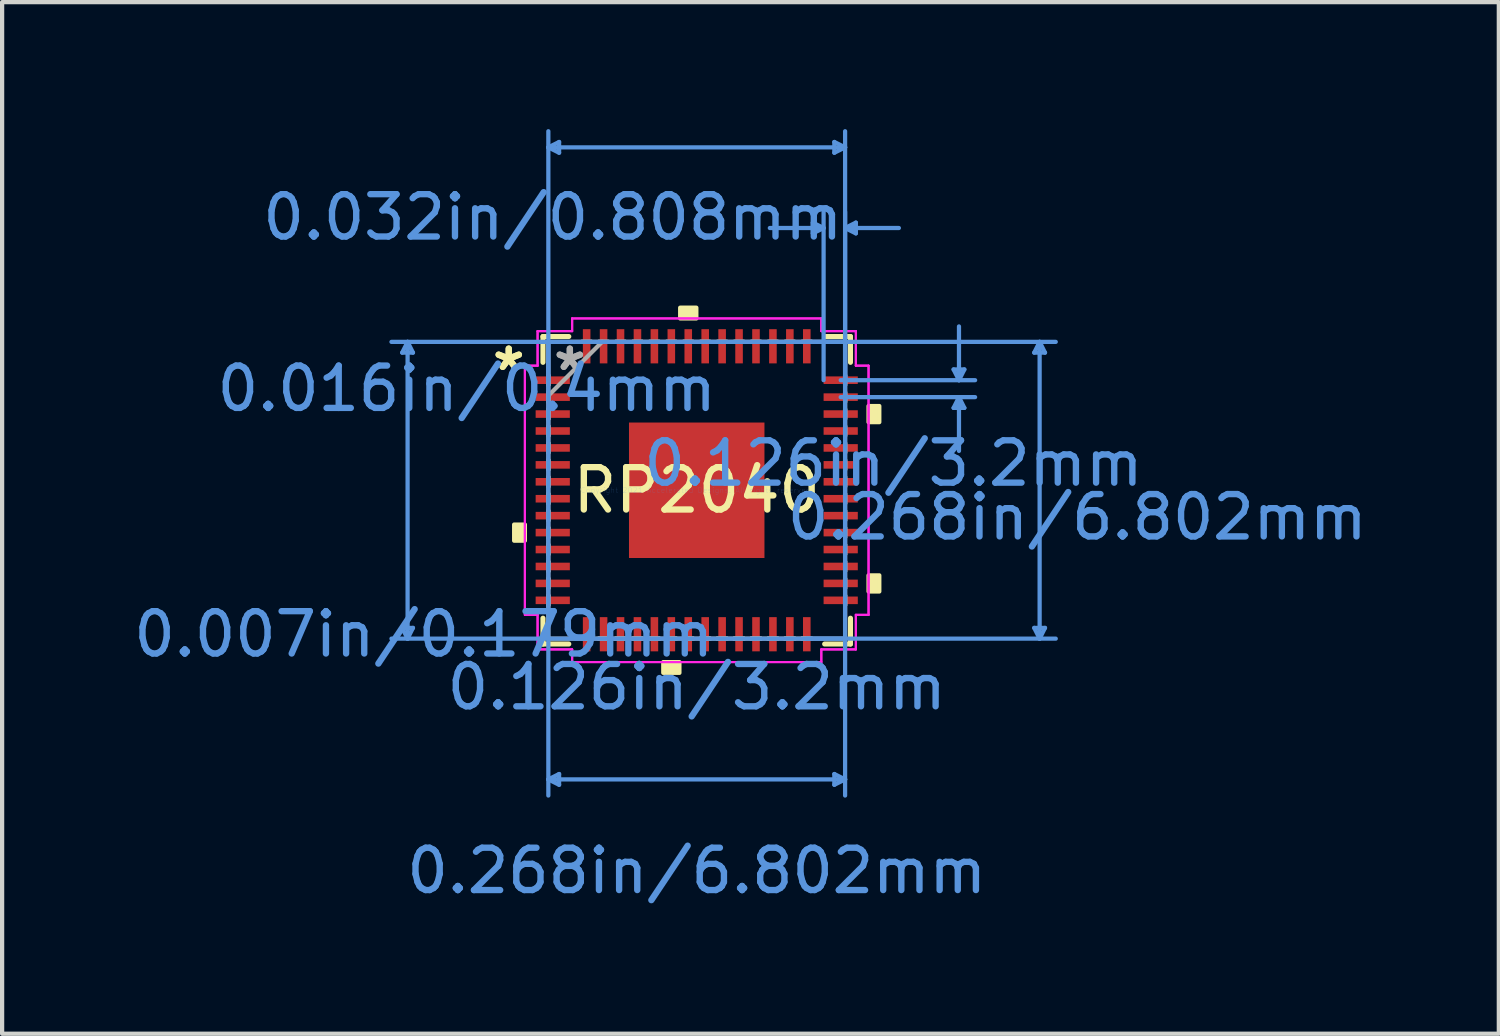
<source format=kicad_pcb>
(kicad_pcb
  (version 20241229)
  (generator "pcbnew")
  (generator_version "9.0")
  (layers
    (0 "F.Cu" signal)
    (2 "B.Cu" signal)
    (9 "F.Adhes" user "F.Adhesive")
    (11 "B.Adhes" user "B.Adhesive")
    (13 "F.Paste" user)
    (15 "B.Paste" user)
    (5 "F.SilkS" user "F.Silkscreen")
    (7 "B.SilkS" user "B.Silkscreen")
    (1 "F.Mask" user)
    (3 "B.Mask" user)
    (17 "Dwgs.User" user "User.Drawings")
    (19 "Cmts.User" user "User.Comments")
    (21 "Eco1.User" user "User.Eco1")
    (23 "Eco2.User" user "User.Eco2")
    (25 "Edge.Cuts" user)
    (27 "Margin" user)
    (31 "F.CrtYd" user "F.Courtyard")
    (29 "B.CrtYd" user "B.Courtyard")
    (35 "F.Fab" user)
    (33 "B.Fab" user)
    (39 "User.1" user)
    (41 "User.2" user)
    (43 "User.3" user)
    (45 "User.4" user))
  (footprint "RP2040"
    (layer "F.Cu")
    (at 13.408 8.531)
    (property "Reference" "RP2040" (at 0 0 0) (layer "F.SilkS") (effects (font (size 1 1) (thickness 0.15))))
    (attr through_hole)
    (fp_line (start -3.632 -3.632) (end -3.632 -3.022) (stroke (width 0.12) (type solid)) (layer "F.SilkS"))
    (fp_line (start -3.632 3.022) (end -3.632 3.632) (stroke (width 0.12) (type solid)) (layer "F.SilkS"))
    (fp_line (start -3.632 3.632) (end -3.022 3.632) (stroke (width 0.12) (type solid)) (layer "F.SilkS"))
    (fp_line (start -3.022 -3.632) (end -3.632 -3.632) (stroke (width 0.12) (type solid)) (layer "F.SilkS"))
    (fp_line (start 3.022 3.632) (end 3.632 3.632) (stroke (width 0.12) (type solid)) (layer "F.SilkS"))
    (fp_line (start 3.632 -3.632) (end 3.022 -3.632) (stroke (width 0.12) (type solid)) (layer "F.SilkS"))
    (fp_line (start 3.632 -3.022) (end 3.632 -3.632) (stroke (width 0.12) (type solid)) (layer "F.SilkS"))
    (fp_line (start 3.632 3.632) (end 3.632 3.022) (stroke (width 0.12) (type solid)) (layer "F.SilkS"))
    (fp_poly (pts (xy -4.313 0.81) (xy -4.313 1.191) (xy -4.059 1.191) (xy -4.059 0.81)) (stroke (width 0.1) (type solid)) (fill yes) (layer "F.SilkS"))
    (fp_poly (pts (xy -0.79 4.059) (xy -0.79 4.313) (xy -0.409 4.313) (xy -0.409 4.059)) (stroke (width 0.1) (type solid)) (fill yes) (layer "F.SilkS"))
    (fp_poly (pts (xy -0.391 -4.059) (xy -0.391 -4.313) (xy -0.009 -4.313) (xy -0.009 -4.059)) (stroke (width 0.1) (type solid)) (fill yes) (layer "F.SilkS"))
    (fp_poly (pts (xy 4.313 -1.99) (xy 4.313 -1.609) (xy 4.059 -1.609) (xy 4.059 -1.99)) (stroke (width 0.1) (type solid)) (fill yes) (layer "F.SilkS"))
    (fp_poly (pts (xy 4.313 2.01) (xy 4.313 2.391) (xy 4.059 2.391) (xy 4.059 2.01)) (stroke (width 0.1) (type solid)) (fill yes) (layer "F.SilkS"))
    (fp_poly (pts (xy -1.5 -1.5) (xy -1.5 -0.1) (xy -0.1 -0.1) (xy -0.1 -1.5)) (stroke (width 0.1) (type solid)) (fill yes) (layer "F.Paste"))
    (fp_poly (pts (xy -1.5 0.1) (xy -1.5 1.5) (xy -0.1 1.5) (xy -0.1 0.1)) (stroke (width 0.1) (type solid)) (fill yes) (layer "F.Paste"))
    (fp_poly (pts (xy 0.1 -1.5) (xy 0.1 -0.1) (xy 1.5 -0.1) (xy 1.5 -1.5)) (stroke (width 0.1) (type solid)) (fill yes) (layer "F.Paste"))
    (fp_poly (pts (xy 0.1 0.1) (xy 0.1 1.5) (xy 1.5 1.5) (xy 1.5 0.1)) (stroke (width 0.1) (type solid)) (fill yes) (layer "F.Paste"))
    (fp_line (start -6.957 -3.251) (end -6.703 -3.251) (stroke (width 0.1) (type solid)) (layer "Cmts.User"))
    (fp_line (start -6.957 3.251) (end -6.703 3.251) (stroke (width 0.1) (type solid)) (layer "Cmts.User"))
    (fp_line (start -6.83 -3.505) (end -6.957 -3.251) (stroke (width 0.1) (type solid)) (layer "Cmts.User"))
    (fp_line (start -6.83 -3.505) (end -6.83 3.505) (stroke (width 0.1) (type solid)) (layer "Cmts.User"))
    (fp_line (start -6.83 -3.505) (end -6.703 -3.251) (stroke (width 0.1) (type solid)) (layer "Cmts.User"))
    (fp_line (start -6.83 3.505) (end -6.957 3.251) (stroke (width 0.1) (type solid)) (layer "Cmts.User"))
    (fp_line (start -6.83 3.505) (end -6.703 3.251) (stroke (width 0.1) (type solid)) (layer "Cmts.User"))
    (fp_line (start -3.505 -8.1) (end -3.251 -8.227) (stroke (width 0.1) (type solid)) (layer "Cmts.User"))
    (fp_line (start -3.505 -8.1) (end -3.251 -7.973) (stroke (width 0.1) (type solid)) (layer "Cmts.User"))
    (fp_line (start -3.505 -8.1) (end 3.505 -8.1) (stroke (width 0.1) (type solid)) (layer "Cmts.User"))
    (fp_line (start -3.505 -3.505) (end -3.505 7.211) (stroke (width 0.1) (type solid)) (layer "Cmts.User"))
    (fp_line (start -3.505 -2.6) (end -3.505 -8.481) (stroke (width 0.1) (type solid)) (layer "Cmts.User"))
    (fp_line (start -3.505 6.83) (end -3.251 6.703) (stroke (width 0.1) (type solid)) (layer "Cmts.User"))
    (fp_line (start -3.505 6.83) (end -3.251 6.957) (stroke (width 0.1) (type solid)) (layer "Cmts.User"))
    (fp_line (start -3.505 6.83) (end 3.505 6.83) (stroke (width 0.1) (type solid)) (layer "Cmts.User"))
    (fp_line (start -3.251 -8.227) (end -3.251 -7.973) (stroke (width 0.1) (type solid)) (layer "Cmts.User"))
    (fp_line (start -3.251 6.703) (end -3.251 6.957) (stroke (width 0.1) (type solid)) (layer "Cmts.User"))
    (fp_line (start 2.6 -3.505) (end 8.481 -3.505) (stroke (width 0.1) (type solid)) (layer "Cmts.User"))
    (fp_line (start 2.6 3.505) (end 8.481 3.505) (stroke (width 0.1) (type solid)) (layer "Cmts.User"))
    (fp_line (start 2.743 -6.322) (end 2.743 -6.068) (stroke (width 0.1) (type solid)) (layer "Cmts.User"))
    (fp_line (start 2.997 -6.195) (end 1.727 -6.195) (stroke (width 0.1) (type solid)) (layer "Cmts.User"))
    (fp_line (start 2.997 -6.195) (end 2.743 -6.322) (stroke (width 0.1) (type solid)) (layer "Cmts.User"))
    (fp_line (start 2.997 -6.195) (end 2.743 -6.068) (stroke (width 0.1) (type solid)) (layer "Cmts.User"))
    (fp_line (start 2.997 -2.6) (end 2.997 -6.576) (stroke (width 0.1) (type solid)) (layer "Cmts.User"))
    (fp_line (start 3.251 -8.227) (end 3.251 -7.973) (stroke (width 0.1) (type solid)) (layer "Cmts.User"))
    (fp_line (start 3.251 6.703) (end 3.251 6.957) (stroke (width 0.1) (type solid)) (layer "Cmts.User"))
    (fp_line (start 3.401 -2.6) (end 6.576 -2.6) (stroke (width 0.1) (type solid)) (layer "Cmts.User"))
    (fp_line (start 3.401 -2.2) (end 6.576 -2.2) (stroke (width 0.1) (type solid)) (layer "Cmts.User"))
    (fp_line (start 3.505 -8.1) (end 3.251 -8.227) (stroke (width 0.1) (type solid)) (layer "Cmts.User"))
    (fp_line (start 3.505 -8.1) (end 3.251 -7.973) (stroke (width 0.1) (type solid)) (layer "Cmts.User"))
    (fp_line (start 3.505 -6.195) (end 3.759 -6.322) (stroke (width 0.1) (type solid)) (layer "Cmts.User"))
    (fp_line (start 3.505 -6.195) (end 3.759 -6.068) (stroke (width 0.1) (type solid)) (layer "Cmts.User"))
    (fp_line (start 3.505 -6.195) (end 4.775 -6.195) (stroke (width 0.1) (type solid)) (layer "Cmts.User"))
    (fp_line (start 3.505 -3.505) (end -7.211 -3.505) (stroke (width 0.1) (type solid)) (layer "Cmts.User"))
    (fp_line (start 3.505 -3.505) (end 3.505 7.211) (stroke (width 0.1) (type solid)) (layer "Cmts.User"))
    (fp_line (start 3.505 -2.6) (end 3.505 -8.481) (stroke (width 0.1) (type solid)) (layer "Cmts.User"))
    (fp_line (start 3.505 -2.6) (end 3.505 -6.576) (stroke (width 0.1) (type solid)) (layer "Cmts.User"))
    (fp_line (start 3.505 3.505) (end -7.211 3.505) (stroke (width 0.1) (type solid)) (layer "Cmts.User"))
    (fp_line (start 3.505 6.83) (end 3.251 6.703) (stroke (width 0.1) (type solid)) (layer "Cmts.User"))
    (fp_line (start 3.505 6.83) (end 3.251 6.957) (stroke (width 0.1) (type solid)) (layer "Cmts.User"))
    (fp_line (start 3.759 -6.322) (end 3.759 -6.068) (stroke (width 0.1) (type solid)) (layer "Cmts.User"))
    (fp_line (start 6.068 -2.854) (end 6.322 -2.854) (stroke (width 0.1) (type solid)) (layer "Cmts.User"))
    (fp_line (start 6.068 -1.946) (end 6.322 -1.946) (stroke (width 0.1) (type solid)) (layer "Cmts.User"))
    (fp_line (start 6.195 -2.6) (end 6.068 -2.854) (stroke (width 0.1) (type solid)) (layer "Cmts.User"))
    (fp_line (start 6.195 -2.6) (end 6.195 -3.87) (stroke (width 0.1) (type solid)) (layer "Cmts.User"))
    (fp_line (start 6.195 -2.6) (end 6.322 -2.854) (stroke (width 0.1) (type solid)) (layer "Cmts.User"))
    (fp_line (start 6.195 -2.2) (end 6.068 -1.946) (stroke (width 0.1) (type solid)) (layer "Cmts.User"))
    (fp_line (start 6.195 -2.2) (end 6.195 -0.93) (stroke (width 0.1) (type solid)) (layer "Cmts.User"))
    (fp_line (start 6.195 -2.2) (end 6.322 -1.946) (stroke (width 0.1) (type solid)) (layer "Cmts.User"))
    (fp_line (start 7.973 -3.251) (end 8.227 -3.251) (stroke (width 0.1) (type solid)) (layer "Cmts.User"))
    (fp_line (start 7.973 3.251) (end 8.227 3.251) (stroke (width 0.1) (type solid)) (layer "Cmts.User"))
    (fp_line (start 8.1 -3.505) (end 7.973 -3.251) (stroke (width 0.1) (type solid)) (layer "Cmts.User"))
    (fp_line (start 8.1 -3.505) (end 8.1 3.505) (stroke (width 0.1) (type solid)) (layer "Cmts.User"))
    (fp_line (start 8.1 -3.505) (end 8.227 -3.251) (stroke (width 0.1) (type solid)) (layer "Cmts.User"))
    (fp_line (start 8.1 3.505) (end 7.973 3.251) (stroke (width 0.1) (type solid)) (layer "Cmts.User"))
    (fp_line (start 8.1 3.505) (end 8.227 3.251) (stroke (width 0.1) (type solid)) (layer "Cmts.User"))
    (fp_line (start -4.059 -2.943) (end -3.759 -2.943) (stroke (width 0.05) (type solid)) (layer "F.CrtYd"))
    (fp_line (start -4.059 -2.943) (end -3.759 -2.943) (stroke (width 0.05) (type solid)) (layer "F.CrtYd"))
    (fp_line (start -4.059 2.943) (end -4.059 -2.943) (stroke (width 0.05) (type solid)) (layer "F.CrtYd"))
    (fp_line (start -4.059 2.943) (end -4.059 -2.943) (stroke (width 0.05) (type solid)) (layer "F.CrtYd"))
    (fp_line (start -3.759 -3.759) (end -2.943 -3.759) (stroke (width 0.05) (type solid)) (layer "F.CrtYd"))
    (fp_line (start -3.759 -3.759) (end -2.943 -3.759) (stroke (width 0.05) (type solid)) (layer "F.CrtYd"))
    (fp_line (start -3.759 -2.943) (end -3.759 -3.759) (stroke (width 0.05) (type solid)) (layer "F.CrtYd"))
    (fp_line (start -3.759 -2.943) (end -3.759 -3.759) (stroke (width 0.05) (type solid)) (layer "F.CrtYd"))
    (fp_line (start -3.759 2.943) (end -4.059 2.943) (stroke (width 0.05) (type solid)) (layer "F.CrtYd"))
    (fp_line (start -3.759 2.943) (end -4.059 2.943) (stroke (width 0.05) (type solid)) (layer "F.CrtYd"))
    (fp_line (start -3.759 3.759) (end -3.759 2.943) (stroke (width 0.05) (type solid)) (layer "F.CrtYd"))
    (fp_line (start -3.759 3.759) (end -3.759 2.943) (stroke (width 0.05) (type solid)) (layer "F.CrtYd"))
    (fp_line (start -2.943 -4.059) (end 2.943 -4.059) (stroke (width 0.05) (type solid)) (layer "F.CrtYd"))
    (fp_line (start -2.943 -4.059) (end 2.943 -4.059) (stroke (width 0.05) (type solid)) (layer "F.CrtYd"))
    (fp_line (start -2.943 -3.759) (end -2.943 -4.059) (stroke (width 0.05) (type solid)) (layer "F.CrtYd"))
    (fp_line (start -2.943 -3.759) (end -2.943 -4.059) (stroke (width 0.05) (type solid)) (layer "F.CrtYd"))
    (fp_line (start -2.943 3.759) (end -3.759 3.759) (stroke (width 0.05) (type solid)) (layer "F.CrtYd"))
    (fp_line (start -2.943 3.759) (end -3.759 3.759) (stroke (width 0.05) (type solid)) (layer "F.CrtYd"))
    (fp_line (start -2.943 4.059) (end -2.943 3.759) (stroke (width 0.05) (type solid)) (layer "F.CrtYd"))
    (fp_line (start -2.943 4.059) (end -2.943 3.759) (stroke (width 0.05) (type solid)) (layer "F.CrtYd"))
    (fp_line (start 2.943 -4.059) (end 2.943 -3.759) (stroke (width 0.05) (type solid)) (layer "F.CrtYd"))
    (fp_line (start 2.943 -4.059) (end 2.943 -3.759) (stroke (width 0.05) (type solid)) (layer "F.CrtYd"))
    (fp_line (start 2.943 -3.759) (end 3.759 -3.759) (stroke (width 0.05) (type solid)) (layer "F.CrtYd"))
    (fp_line (start 2.943 -3.759) (end 3.759 -3.759) (stroke (width 0.05) (type solid)) (layer "F.CrtYd"))
    (fp_line (start 2.943 3.759) (end 2.943 4.059) (stroke (width 0.05) (type solid)) (layer "F.CrtYd"))
    (fp_line (start 2.943 3.759) (end 2.943 4.059) (stroke (width 0.05) (type solid)) (layer "F.CrtYd"))
    (fp_line (start 2.943 4.059) (end -2.943 4.059) (stroke (width 0.05) (type solid)) (layer "F.CrtYd"))
    (fp_line (start 2.943 4.059) (end -2.943 4.059) (stroke (width 0.05) (type solid)) (layer "F.CrtYd"))
    (fp_line (start 3.759 -3.759) (end 3.759 -2.943) (stroke (width 0.05) (type solid)) (layer "F.CrtYd"))
    (fp_line (start 3.759 -3.759) (end 3.759 -2.943) (stroke (width 0.05) (type solid)) (layer "F.CrtYd"))
    (fp_line (start 3.759 -2.943) (end 4.059 -2.943) (stroke (width 0.05) (type solid)) (layer "F.CrtYd"))
    (fp_line (start 3.759 -2.943) (end 4.059 -2.943) (stroke (width 0.05) (type solid)) (layer "F.CrtYd"))
    (fp_line (start 3.759 2.943) (end 3.759 3.759) (stroke (width 0.05) (type solid)) (layer "F.CrtYd"))
    (fp_line (start 3.759 2.943) (end 3.759 3.759) (stroke (width 0.05) (type solid)) (layer "F.CrtYd"))
    (fp_line (start 3.759 3.759) (end 2.943 3.759) (stroke (width 0.05) (type solid)) (layer "F.CrtYd"))
    (fp_line (start 3.759 3.759) (end 2.943 3.759) (stroke (width 0.05) (type solid)) (layer "F.CrtYd"))
    (fp_line (start 4.059 -2.943) (end 4.059 2.943) (stroke (width 0.05) (type solid)) (layer "F.CrtYd"))
    (fp_line (start 4.059 -2.943) (end 4.059 2.943) (stroke (width 0.05) (type solid)) (layer "F.CrtYd"))
    (fp_line (start 4.059 2.943) (end 3.759 2.943) (stroke (width 0.05) (type solid)) (layer "F.CrtYd"))
    (fp_line (start 4.059 2.943) (end 3.759 2.943) (stroke (width 0.05) (type solid)) (layer "F.CrtYd"))
    (fp_line (start -3.505 -3.505) (end -3.505 -3.505) (stroke (width 0.1) (type solid)) (layer "F.Fab"))
    (fp_line (start -3.505 -3.505) (end -3.505 3.505) (stroke (width 0.1) (type solid)) (layer "F.Fab"))
    (fp_line (start -3.505 -2.714) (end -3.505 -2.714) (stroke (width 0.1) (type solid)) (layer "F.Fab"))
    (fp_line (start -3.505 -2.714) (end -3.505 -2.486) (stroke (width 0.1) (type solid)) (layer "F.Fab"))
    (fp_line (start -3.505 -2.486) (end -3.505 -2.714) (stroke (width 0.1) (type solid)) (layer "F.Fab"))
    (fp_line (start -3.505 -2.486) (end -3.505 -2.486) (stroke (width 0.1) (type solid)) (layer "F.Fab"))
    (fp_line (start -3.505 -2.314) (end -3.505 -2.314) (stroke (width 0.1) (type solid)) (layer "F.Fab"))
    (fp_line (start -3.505 -2.314) (end -3.505 -2.086) (stroke (width 0.1) (type solid)) (layer "F.Fab"))
    (fp_line (start -3.505 -2.235) (end -2.235 -3.505) (stroke (width 0.1) (type solid)) (layer "F.Fab"))
    (fp_line (start -3.505 -2.086) (end -3.505 -2.314) (stroke (width 0.1) (type solid)) (layer "F.Fab"))
    (fp_line (start -3.505 -2.086) (end -3.505 -2.086) (stroke (width 0.1) (type solid)) (layer "F.Fab"))
    (fp_line (start -3.505 -1.914) (end -3.505 -1.914) (stroke (width 0.1) (type solid)) (layer "F.Fab"))
    (fp_line (start -3.505 -1.914) (end -3.505 -1.686) (stroke (width 0.1) (type solid)) (layer "F.Fab"))
    (fp_line (start -3.505 -1.686) (end -3.505 -1.914) (stroke (width 0.1) (type solid)) (layer "F.Fab"))
    (fp_line (start -3.505 -1.686) (end -3.505 -1.686) (stroke (width 0.1) (type solid)) (layer "F.Fab"))
    (fp_line (start -3.505 -1.514) (end -3.505 -1.514) (stroke (width 0.1) (type solid)) (layer "F.Fab"))
    (fp_line (start -3.505 -1.514) (end -3.505 -1.286) (stroke (width 0.1) (type solid)) (layer "F.Fab"))
    (fp_line (start -3.505 -1.286) (end -3.505 -1.514) (stroke (width 0.1) (type solid)) (layer "F.Fab"))
    (fp_line (start -3.505 -1.286) (end -3.505 -1.286) (stroke (width 0.1) (type solid)) (layer "F.Fab"))
    (fp_line (start -3.505 -1.114) (end -3.505 -1.114) (stroke (width 0.1) (type solid)) (layer "F.Fab"))
    (fp_line (start -3.505 -1.114) (end -3.505 -0.886) (stroke (width 0.1) (type solid)) (layer "F.Fab"))
    (fp_line (start -3.505 -0.886) (end -3.505 -1.114) (stroke (width 0.1) (type solid)) (layer "F.Fab"))
    (fp_line (start -3.505 -0.886) (end -3.505 -0.886) (stroke (width 0.1) (type solid)) (layer "F.Fab"))
    (fp_line (start -3.505 -0.714) (end -3.505 -0.714) (stroke (width 0.1) (type solid)) (layer "F.Fab"))
    (fp_line (start -3.505 -0.714) (end -3.505 -0.486) (stroke (width 0.1) (type solid)) (layer "F.Fab"))
    (fp_line (start -3.505 -0.486) (end -3.505 -0.714) (stroke (width 0.1) (type solid)) (layer "F.Fab"))
    (fp_line (start -3.505 -0.486) (end -3.505 -0.486) (stroke (width 0.1) (type solid)) (layer "F.Fab"))
    (fp_line (start -3.505 -0.314) (end -3.505 -0.314) (stroke (width 0.1) (type solid)) (layer "F.Fab"))
    (fp_line (start -3.505 -0.314) (end -3.505 -0.086) (stroke (width 0.1) (type solid)) (layer "F.Fab"))
    (fp_line (start -3.505 -0.086) (end -3.505 -0.314) (stroke (width 0.1) (type solid)) (layer "F.Fab"))
    (fp_line (start -3.505 -0.086) (end -3.505 -0.086) (stroke (width 0.1) (type solid)) (layer "F.Fab"))
    (fp_line (start -3.505 0.086) (end -3.505 0.086) (stroke (width 0.1) (type solid)) (layer "F.Fab"))
    (fp_line (start -3.505 0.086) (end -3.505 0.314) (stroke (width 0.1) (type solid)) (layer "F.Fab"))
    (fp_line (start -3.505 0.314) (end -3.505 0.086) (stroke (width 0.1) (type solid)) (layer "F.Fab"))
    (fp_line (start -3.505 0.314) (end -3.505 0.314) (stroke (width 0.1) (type solid)) (layer "F.Fab"))
    (fp_line (start -3.505 0.486) (end -3.505 0.486) (stroke (width 0.1) (type solid)) (layer "F.Fab"))
    (fp_line (start -3.505 0.486) (end -3.505 0.714) (stroke (width 0.1) (type solid)) (layer "F.Fab"))
    (fp_line (start -3.505 0.714) (end -3.505 0.486) (stroke (width 0.1) (type solid)) (layer "F.Fab"))
    (fp_line (start -3.505 0.714) (end -3.505 0.714) (stroke (width 0.1) (type solid)) (layer "F.Fab"))
    (fp_line (start -3.505 0.886) (end -3.505 0.886) (stroke (width 0.1) (type solid)) (layer "F.Fab"))
    (fp_line (start -3.505 0.886) (end -3.505 1.114) (stroke (width 0.1) (type solid)) (layer "F.Fab"))
    (fp_line (start -3.505 1.114) (end -3.505 0.886) (stroke (width 0.1) (type solid)) (layer "F.Fab"))
    (fp_line (start -3.505 1.114) (end -3.505 1.114) (stroke (width 0.1) (type solid)) (layer "F.Fab"))
    (fp_line (start -3.505 1.286) (end -3.505 1.286) (stroke (width 0.1) (type solid)) (layer "F.Fab"))
    (fp_line (start -3.505 1.286) (end -3.505 1.514) (stroke (width 0.1) (type solid)) (layer "F.Fab"))
    (fp_line (start -3.505 1.514) (end -3.505 1.286) (stroke (width 0.1) (type solid)) (layer "F.Fab"))
    (fp_line (start -3.505 1.514) (end -3.505 1.514) (stroke (width 0.1) (type solid)) (layer "F.Fab"))
    (fp_line (start -3.505 1.686) (end -3.505 1.686) (stroke (width 0.1) (type solid)) (layer "F.Fab"))
    (fp_line (start -3.505 1.686) (end -3.505 1.914) (stroke (width 0.1) (type solid)) (layer "F.Fab"))
    (fp_line (start -3.505 1.914) (end -3.505 1.686) (stroke (width 0.1) (type solid)) (layer "F.Fab"))
    (fp_line (start -3.505 1.914) (end -3.505 1.914) (stroke (width 0.1) (type solid)) (layer "F.Fab"))
    (fp_line (start -3.505 2.086) (end -3.505 2.086) (stroke (width 0.1) (type solid)) (layer "F.Fab"))
    (fp_line (start -3.505 2.086) (end -3.505 2.314) (stroke (width 0.1) (type solid)) (layer "F.Fab"))
    (fp_line (start -3.505 2.314) (end -3.505 2.086) (stroke (width 0.1) (type solid)) (layer "F.Fab"))
    (fp_line (start -3.505 2.314) (end -3.505 2.314) (stroke (width 0.1) (type solid)) (layer "F.Fab"))
    (fp_line (start -3.505 2.486) (end -3.505 2.486) (stroke (width 0.1) (type solid)) (layer "F.Fab"))
    (fp_line (start -3.505 2.486) (end -3.505 2.714) (stroke (width 0.1) (type solid)) (layer "F.Fab"))
    (fp_line (start -3.505 2.714) (end -3.505 2.486) (stroke (width 0.1) (type solid)) (layer "F.Fab"))
    (fp_line (start -3.505 2.714) (end -3.505 2.714) (stroke (width 0.1) (type solid)) (layer "F.Fab"))
    (fp_line (start -3.505 3.505) (end -3.505 3.505) (stroke (width 0.1) (type solid)) (layer "F.Fab"))
    (fp_line (start -3.505 3.505) (end 3.505 3.505) (stroke (width 0.1) (type solid)) (layer "F.Fab"))
    (fp_line (start -2.714 -3.505) (end -2.714 -3.505) (stroke (width 0.1) (type solid)) (layer "F.Fab"))
    (fp_line (start -2.714 -3.505) (end -2.486 -3.505) (stroke (width 0.1) (type solid)) (layer "F.Fab"))
    (fp_line (start -2.714 3.505) (end -2.714 3.505) (stroke (width 0.1) (type solid)) (layer "F.Fab"))
    (fp_line (start -2.714 3.505) (end -2.486 3.505) (stroke (width 0.1) (type solid)) (layer "F.Fab"))
    (fp_line (start -2.486 -3.505) (end -2.714 -3.505) (stroke (width 0.1) (type solid)) (layer "F.Fab"))
    (fp_line (start -2.486 -3.505) (end -2.486 -3.505) (stroke (width 0.1) (type solid)) (layer "F.Fab"))
    (fp_line (start -2.486 3.505) (end -2.714 3.505) (stroke (width 0.1) (type solid)) (layer "F.Fab"))
    (fp_line (start -2.486 3.505) (end -2.486 3.505) (stroke (width 0.1) (type solid)) (layer "F.Fab"))
    (fp_line (start -2.314 -3.505) (end -2.314 -3.505) (stroke (width 0.1) (type solid)) (layer "F.Fab"))
    (fp_line (start -2.314 -3.505) (end -2.086 -3.505) (stroke (width 0.1) (type solid)) (layer "F.Fab"))
    (fp_line (start -2.314 3.505) (end -2.314 3.505) (stroke (width 0.1) (type solid)) (layer "F.Fab"))
    (fp_line (start -2.314 3.505) (end -2.086 3.505) (stroke (width 0.1) (type solid)) (layer "F.Fab"))
    (fp_line (start -2.086 -3.505) (end -2.314 -3.505) (stroke (width 0.1) (type solid)) (layer "F.Fab"))
    (fp_line (start -2.086 -3.505) (end -2.086 -3.505) (stroke (width 0.1) (type solid)) (layer "F.Fab"))
    (fp_line (start -2.086 3.505) (end -2.314 3.505) (stroke (width 0.1) (type solid)) (layer "F.Fab"))
    (fp_line (start -2.086 3.505) (end -2.086 3.505) (stroke (width 0.1) (type solid)) (layer "F.Fab"))
    (fp_line (start -1.914 -3.505) (end -1.914 -3.505) (stroke (width 0.1) (type solid)) (layer "F.Fab"))
    (fp_line (start -1.914 -3.505) (end -1.686 -3.505) (stroke (width 0.1) (type solid)) (layer "F.Fab"))
    (fp_line (start -1.914 3.505) (end -1.914 3.505) (stroke (width 0.1) (type solid)) (layer "F.Fab"))
    (fp_line (start -1.914 3.505) (end -1.686 3.505) (stroke (width 0.1) (type solid)) (layer "F.Fab"))
    (fp_line (start -1.686 -3.505) (end -1.914 -3.505) (stroke (width 0.1) (type solid)) (layer "F.Fab"))
    (fp_line (start -1.686 -3.505) (end -1.686 -3.505) (stroke (width 0.1) (type solid)) (layer "F.Fab"))
    (fp_line (start -1.686 3.505) (end -1.914 3.505) (stroke (width 0.1) (type solid)) (layer "F.Fab"))
    (fp_line (start -1.686 3.505) (end -1.686 3.505) (stroke (width 0.1) (type solid)) (layer "F.Fab"))
    (fp_line (start -1.514 -3.505) (end -1.514 -3.505) (stroke (width 0.1) (type solid)) (layer "F.Fab"))
    (fp_line (start -1.514 -3.505) (end -1.286 -3.505) (stroke (width 0.1) (type solid)) (layer "F.Fab"))
    (fp_line (start -1.514 3.505) (end -1.514 3.505) (stroke (width 0.1) (type solid)) (layer "F.Fab"))
    (fp_line (start -1.514 3.505) (end -1.286 3.505) (stroke (width 0.1) (type solid)) (layer "F.Fab"))
    (fp_line (start -1.286 -3.505) (end -1.514 -3.505) (stroke (width 0.1) (type solid)) (layer "F.Fab"))
    (fp_line (start -1.286 -3.505) (end -1.286 -3.505) (stroke (width 0.1) (type solid)) (layer "F.Fab"))
    (fp_line (start -1.286 3.505) (end -1.514 3.505) (stroke (width 0.1) (type solid)) (layer "F.Fab"))
    (fp_line (start -1.286 3.505) (end -1.286 3.505) (stroke (width 0.1) (type solid)) (layer "F.Fab"))
    (fp_line (start -1.114 -3.505) (end -1.114 -3.505) (stroke (width 0.1) (type solid)) (layer "F.Fab"))
    (fp_line (start -1.114 -3.505) (end -0.886 -3.505) (stroke (width 0.1) (type solid)) (layer "F.Fab"))
    (fp_line (start -1.114 3.505) (end -1.114 3.505) (stroke (width 0.1) (type solid)) (layer "F.Fab"))
    (fp_line (start -1.114 3.505) (end -0.886 3.505) (stroke (width 0.1) (type solid)) (layer "F.Fab"))
    (fp_line (start -0.886 -3.505) (end -1.114 -3.505) (stroke (width 0.1) (type solid)) (layer "F.Fab"))
    (fp_line (start -0.886 -3.505) (end -0.886 -3.505) (stroke (width 0.1) (type solid)) (layer "F.Fab"))
    (fp_line (start -0.886 3.505) (end -1.114 3.505) (stroke (width 0.1) (type solid)) (layer "F.Fab"))
    (fp_line (start -0.886 3.505) (end -0.886 3.505) (stroke (width 0.1) (type solid)) (layer "F.Fab"))
    (fp_line (start -0.714 -3.505) (end -0.714 -3.505) (stroke (width 0.1) (type solid)) (layer "F.Fab"))
    (fp_line (start -0.714 -3.505) (end -0.486 -3.505) (stroke (width 0.1) (type solid)) (layer "F.Fab"))
    (fp_line (start -0.714 3.505) (end -0.714 3.505) (stroke (width 0.1) (type solid)) (layer "F.Fab"))
    (fp_line (start -0.714 3.505) (end -0.486 3.505) (stroke (width 0.1) (type solid)) (layer "F.Fab"))
    (fp_line (start -0.486 -3.505) (end -0.714 -3.505) (stroke (width 0.1) (type solid)) (layer "F.Fab"))
    (fp_line (start -0.486 -3.505) (end -0.486 -3.505) (stroke (width 0.1) (type solid)) (layer "F.Fab"))
    (fp_line (start -0.486 3.505) (end -0.714 3.505) (stroke (width 0.1) (type solid)) (layer "F.Fab"))
    (fp_line (start -0.486 3.505) (end -0.486 3.505) (stroke (width 0.1) (type solid)) (layer "F.Fab"))
    (fp_line (start -0.314 -3.505) (end -0.314 -3.505) (stroke (width 0.1) (type solid)) (layer "F.Fab"))
    (fp_line (start -0.314 -3.505) (end -0.086 -3.505) (stroke (width 0.1) (type solid)) (layer "F.Fab"))
    (fp_line (start -0.314 3.505) (end -0.314 3.505) (stroke (width 0.1) (type solid)) (layer "F.Fab"))
    (fp_line (start -0.314 3.505) (end -0.086 3.505) (stroke (width 0.1) (type solid)) (layer "F.Fab"))
    (fp_line (start -0.086 -3.505) (end -0.314 -3.505) (stroke (width 0.1) (type solid)) (layer "F.Fab"))
    (fp_line (start -0.086 -3.505) (end -0.086 -3.505) (stroke (width 0.1) (type solid)) (layer "F.Fab"))
    (fp_line (start -0.086 3.505) (end -0.314 3.505) (stroke (width 0.1) (type solid)) (layer "F.Fab"))
    (fp_line (start -0.086 3.505) (end -0.086 3.505) (stroke (width 0.1) (type solid)) (layer "F.Fab"))
    (fp_line (start 0.086 -3.505) (end 0.086 -3.505) (stroke (width 0.1) (type solid)) (layer "F.Fab"))
    (fp_line (start 0.086 -3.505) (end 0.314 -3.505) (stroke (width 0.1) (type solid)) (layer "F.Fab"))
    (fp_line (start 0.086 3.505) (end 0.086 3.505) (stroke (width 0.1) (type solid)) (layer "F.Fab"))
    (fp_line (start 0.086 3.505) (end 0.314 3.505) (stroke (width 0.1) (type solid)) (layer "F.Fab"))
    (fp_line (start 0.314 -3.505) (end 0.086 -3.505) (stroke (width 0.1) (type solid)) (layer "F.Fab"))
    (fp_line (start 0.314 -3.505) (end 0.314 -3.505) (stroke (width 0.1) (type solid)) (layer "F.Fab"))
    (fp_line (start 0.314 3.505) (end 0.086 3.505) (stroke (width 0.1) (type solid)) (layer "F.Fab"))
    (fp_line (start 0.314 3.505) (end 0.314 3.505) (stroke (width 0.1) (type solid)) (layer "F.Fab"))
    (fp_line (start 0.486 -3.505) (end 0.486 -3.505) (stroke (width 0.1) (type solid)) (layer "F.Fab"))
    (fp_line (start 0.486 -3.505) (end 0.714 -3.505) (stroke (width 0.1) (type solid)) (layer "F.Fab"))
    (fp_line (start 0.486 3.505) (end 0.486 3.505) (stroke (width 0.1) (type solid)) (layer "F.Fab"))
    (fp_line (start 0.486 3.505) (end 0.714 3.505) (stroke (width 0.1) (type solid)) (layer "F.Fab"))
    (fp_line (start 0.714 -3.505) (end 0.486 -3.505) (stroke (width 0.1) (type solid)) (layer "F.Fab"))
    (fp_line (start 0.714 -3.505) (end 0.714 -3.505) (stroke (width 0.1) (type solid)) (layer "F.Fab"))
    (fp_line (start 0.714 3.505) (end 0.486 3.505) (stroke (width 0.1) (type solid)) (layer "F.Fab"))
    (fp_line (start 0.714 3.505) (end 0.714 3.505) (stroke (width 0.1) (type solid)) (layer "F.Fab"))
    (fp_line (start 0.886 -3.505) (end 0.886 -3.505) (stroke (width 0.1) (type solid)) (layer "F.Fab"))
    (fp_line (start 0.886 -3.505) (end 1.114 -3.505) (stroke (width 0.1) (type solid)) (layer "F.Fab"))
    (fp_line (start 0.886 3.505) (end 0.886 3.505) (stroke (width 0.1) (type solid)) (layer "F.Fab"))
    (fp_line (start 0.886 3.505) (end 1.114 3.505) (stroke (width 0.1) (type solid)) (layer "F.Fab"))
    (fp_line (start 1.114 -3.505) (end 0.886 -3.505) (stroke (width 0.1) (type solid)) (layer "F.Fab"))
    (fp_line (start 1.114 -3.505) (end 1.114 -3.505) (stroke (width 0.1) (type solid)) (layer "F.Fab"))
    (fp_line (start 1.114 3.505) (end 0.886 3.505) (stroke (width 0.1) (type solid)) (layer "F.Fab"))
    (fp_line (start 1.114 3.505) (end 1.114 3.505) (stroke (width 0.1) (type solid)) (layer "F.Fab"))
    (fp_line (start 1.286 -3.505) (end 1.286 -3.505) (stroke (width 0.1) (type solid)) (layer "F.Fab"))
    (fp_line (start 1.286 -3.505) (end 1.514 -3.505) (stroke (width 0.1) (type solid)) (layer "F.Fab"))
    (fp_line (start 1.286 3.505) (end 1.286 3.505) (stroke (width 0.1) (type solid)) (layer "F.Fab"))
    (fp_line (start 1.286 3.505) (end 1.514 3.505) (stroke (width 0.1) (type solid)) (layer "F.Fab"))
    (fp_line (start 1.514 -3.505) (end 1.286 -3.505) (stroke (width 0.1) (type solid)) (layer "F.Fab"))
    (fp_line (start 1.514 -3.505) (end 1.514 -3.505) (stroke (width 0.1) (type solid)) (layer "F.Fab"))
    (fp_line (start 1.514 3.505) (end 1.286 3.505) (stroke (width 0.1) (type solid)) (layer "F.Fab"))
    (fp_line (start 1.514 3.505) (end 1.514 3.505) (stroke (width 0.1) (type solid)) (layer "F.Fab"))
    (fp_line (start 1.686 -3.505) (end 1.686 -3.505) (stroke (width 0.1) (type solid)) (layer "F.Fab"))
    (fp_line (start 1.686 -3.505) (end 1.914 -3.505) (stroke (width 0.1) (type solid)) (layer "F.Fab"))
    (fp_line (start 1.686 3.505) (end 1.686 3.505) (stroke (width 0.1) (type solid)) (layer "F.Fab"))
    (fp_line (start 1.686 3.505) (end 1.914 3.505) (stroke (width 0.1) (type solid)) (layer "F.Fab"))
    (fp_line (start 1.914 -3.505) (end 1.686 -3.505) (stroke (width 0.1) (type solid)) (layer "F.Fab"))
    (fp_line (start 1.914 -3.505) (end 1.914 -3.505) (stroke (width 0.1) (type solid)) (layer "F.Fab"))
    (fp_line (start 1.914 3.505) (end 1.686 3.505) (stroke (width 0.1) (type solid)) (layer "F.Fab"))
    (fp_line (start 1.914 3.505) (end 1.914 3.505) (stroke (width 0.1) (type solid)) (layer "F.Fab"))
    (fp_line (start 2.086 -3.505) (end 2.086 -3.505) (stroke (width 0.1) (type solid)) (layer "F.Fab"))
    (fp_line (start 2.086 -3.505) (end 2.314 -3.505) (stroke (width 0.1) (type solid)) (layer "F.Fab"))
    (fp_line (start 2.086 3.505) (end 2.086 3.505) (stroke (width 0.1) (type solid)) (layer "F.Fab"))
    (fp_line (start 2.086 3.505) (end 2.314 3.505) (stroke (width 0.1) (type solid)) (layer "F.Fab"))
    (fp_line (start 2.314 -3.505) (end 2.086 -3.505) (stroke (width 0.1) (type solid)) (layer "F.Fab"))
    (fp_line (start 2.314 -3.505) (end 2.314 -3.505) (stroke (width 0.1) (type solid)) (layer "F.Fab"))
    (fp_line (start 2.314 3.505) (end 2.086 3.505) (stroke (width 0.1) (type solid)) (layer "F.Fab"))
    (fp_line (start 2.314 3.505) (end 2.314 3.505) (stroke (width 0.1) (type solid)) (layer "F.Fab"))
    (fp_line (start 2.486 -3.505) (end 2.486 -3.505) (stroke (width 0.1) (type solid)) (layer "F.Fab"))
    (fp_line (start 2.486 -3.505) (end 2.714 -3.505) (stroke (width 0.1) (type solid)) (layer "F.Fab"))
    (fp_line (start 2.486 3.505) (end 2.486 3.505) (stroke (width 0.1) (type solid)) (layer "F.Fab"))
    (fp_line (start 2.486 3.505) (end 2.714 3.505) (stroke (width 0.1) (type solid)) (layer "F.Fab"))
    (fp_line (start 2.714 -3.505) (end 2.486 -3.505) (stroke (width 0.1) (type solid)) (layer "F.Fab"))
    (fp_line (start 2.714 -3.505) (end 2.714 -3.505) (stroke (width 0.1) (type solid)) (layer "F.Fab"))
    (fp_line (start 2.714 3.505) (end 2.486 3.505) (stroke (width 0.1) (type solid)) (layer "F.Fab"))
    (fp_line (start 2.714 3.505) (end 2.714 3.505) (stroke (width 0.1) (type solid)) (layer "F.Fab"))
    (fp_line (start 3.505 -3.505) (end -3.505 -3.505) (stroke (width 0.1) (type solid)) (layer "F.Fab"))
    (fp_line (start 3.505 -3.505) (end 3.505 -3.505) (stroke (width 0.1) (type solid)) (layer "F.Fab"))
    (fp_line (start 3.505 -2.714) (end 3.505 -2.714) (stroke (width 0.1) (type solid)) (layer "F.Fab"))
    (fp_line (start 3.505 -2.714) (end 3.505 -2.486) (stroke (width 0.1) (type solid)) (layer "F.Fab"))
    (fp_line (start 3.505 -2.486) (end 3.505 -2.714) (stroke (width 0.1) (type solid)) (layer "F.Fab"))
    (fp_line (start 3.505 -2.486) (end 3.505 -2.486) (stroke (width 0.1) (type solid)) (layer "F.Fab"))
    (fp_line (start 3.505 -2.314) (end 3.505 -2.314) (stroke (width 0.1) (type solid)) (layer "F.Fab"))
    (fp_line (start 3.505 -2.314) (end 3.505 -2.086) (stroke (width 0.1) (type solid)) (layer "F.Fab"))
    (fp_line (start 3.505 -2.086) (end 3.505 -2.314) (stroke (width 0.1) (type solid)) (layer "F.Fab"))
    (fp_line (start 3.505 -2.086) (end 3.505 -2.086) (stroke (width 0.1) (type solid)) (layer "F.Fab"))
    (fp_line (start 3.505 -1.914) (end 3.505 -1.914) (stroke (width 0.1) (type solid)) (layer "F.Fab"))
    (fp_line (start 3.505 -1.914) (end 3.505 -1.686) (stroke (width 0.1) (type solid)) (layer "F.Fab"))
    (fp_line (start 3.505 -1.686) (end 3.505 -1.914) (stroke (width 0.1) (type solid)) (layer "F.Fab"))
    (fp_line (start 3.505 -1.686) (end 3.505 -1.686) (stroke (width 0.1) (type solid)) (layer "F.Fab"))
    (fp_line (start 3.505 -1.514) (end 3.505 -1.514) (stroke (width 0.1) (type solid)) (layer "F.Fab"))
    (fp_line (start 3.505 -1.514) (end 3.505 -1.286) (stroke (width 0.1) (type solid)) (layer "F.Fab"))
    (fp_line (start 3.505 -1.286) (end 3.505 -1.514) (stroke (width 0.1) (type solid)) (layer "F.Fab"))
    (fp_line (start 3.505 -1.286) (end 3.505 -1.286) (stroke (width 0.1) (type solid)) (layer "F.Fab"))
    (fp_line (start 3.505 -1.114) (end 3.505 -1.114) (stroke (width 0.1) (type solid)) (layer "F.Fab"))
    (fp_line (start 3.505 -1.114) (end 3.505 -0.886) (stroke (width 0.1) (type solid)) (layer "F.Fab"))
    (fp_line (start 3.505 -0.886) (end 3.505 -1.114) (stroke (width 0.1) (type solid)) (layer "F.Fab"))
    (fp_line (start 3.505 -0.886) (end 3.505 -0.886) (stroke (width 0.1) (type solid)) (layer "F.Fab"))
    (fp_line (start 3.505 -0.714) (end 3.505 -0.714) (stroke (width 0.1) (type solid)) (layer "F.Fab"))
    (fp_line (start 3.505 -0.714) (end 3.505 -0.486) (stroke (width 0.1) (type solid)) (layer "F.Fab"))
    (fp_line (start 3.505 -0.486) (end 3.505 -0.714) (stroke (width 0.1) (type solid)) (layer "F.Fab"))
    (fp_line (start 3.505 -0.486) (end 3.505 -0.486) (stroke (width 0.1) (type solid)) (layer "F.Fab"))
    (fp_line (start 3.505 -0.314) (end 3.505 -0.314) (stroke (width 0.1) (type solid)) (layer "F.Fab"))
    (fp_line (start 3.505 -0.314) (end 3.505 -0.086) (stroke (width 0.1) (type solid)) (layer "F.Fab"))
    (fp_line (start 3.505 -0.086) (end 3.505 -0.314) (stroke (width 0.1) (type solid)) (layer "F.Fab"))
    (fp_line (start 3.505 -0.086) (end 3.505 -0.086) (stroke (width 0.1) (type solid)) (layer "F.Fab"))
    (fp_line (start 3.505 0.086) (end 3.505 0.086) (stroke (width 0.1) (type solid)) (layer "F.Fab"))
    (fp_line (start 3.505 0.086) (end 3.505 0.314) (stroke (width 0.1) (type solid)) (layer "F.Fab"))
    (fp_line (start 3.505 0.314) (end 3.505 0.086) (stroke (width 0.1) (type solid)) (layer "F.Fab"))
    (fp_line (start 3.505 0.314) (end 3.505 0.314) (stroke (width 0.1) (type solid)) (layer "F.Fab"))
    (fp_line (start 3.505 0.486) (end 3.505 0.486) (stroke (width 0.1) (type solid)) (layer "F.Fab"))
    (fp_line (start 3.505 0.486) (end 3.505 0.714) (stroke (width 0.1) (type solid)) (layer "F.Fab"))
    (fp_line (start 3.505 0.714) (end 3.505 0.486) (stroke (width 0.1) (type solid)) (layer "F.Fab"))
    (fp_line (start 3.505 0.714) (end 3.505 0.714) (stroke (width 0.1) (type solid)) (layer "F.Fab"))
    (fp_line (start 3.505 0.886) (end 3.505 0.886) (stroke (width 0.1) (type solid)) (layer "F.Fab"))
    (fp_line (start 3.505 0.886) (end 3.505 1.114) (stroke (width 0.1) (type solid)) (layer "F.Fab"))
    (fp_line (start 3.505 1.114) (end 3.505 0.886) (stroke (width 0.1) (type solid)) (layer "F.Fab"))
    (fp_line (start 3.505 1.114) (end 3.505 1.114) (stroke (width 0.1) (type solid)) (layer "F.Fab"))
    (fp_line (start 3.505 1.286) (end 3.505 1.286) (stroke (width 0.1) (type solid)) (layer "F.Fab"))
    (fp_line (start 3.505 1.286) (end 3.505 1.514) (stroke (width 0.1) (type solid)) (layer "F.Fab"))
    (fp_line (start 3.505 1.514) (end 3.505 1.286) (stroke (width 0.1) (type solid)) (layer "F.Fab"))
    (fp_line (start 3.505 1.514) (end 3.505 1.514) (stroke (width 0.1) (type solid)) (layer "F.Fab"))
    (fp_line (start 3.505 1.686) (end 3.505 1.686) (stroke (width 0.1) (type solid)) (layer "F.Fab"))
    (fp_line (start 3.505 1.686) (end 3.505 1.914) (stroke (width 0.1) (type solid)) (layer "F.Fab"))
    (fp_line (start 3.505 1.914) (end 3.505 1.686) (stroke (width 0.1) (type solid)) (layer "F.Fab"))
    (fp_line (start 3.505 1.914) (end 3.505 1.914) (stroke (width 0.1) (type solid)) (layer "F.Fab"))
    (fp_line (start 3.505 2.086) (end 3.505 2.086) (stroke (width 0.1) (type solid)) (layer "F.Fab"))
    (fp_line (start 3.505 2.086) (end 3.505 2.314) (stroke (width 0.1) (type solid)) (layer "F.Fab"))
    (fp_line (start 3.505 2.314) (end 3.505 2.086) (stroke (width 0.1) (type solid)) (layer "F.Fab"))
    (fp_line (start 3.505 2.314) (end 3.505 2.314) (stroke (width 0.1) (type solid)) (layer "F.Fab"))
    (fp_line (start 3.505 2.486) (end 3.505 2.486) (stroke (width 0.1) (type solid)) (layer "F.Fab"))
    (fp_line (start 3.505 2.486) (end 3.505 2.714) (stroke (width 0.1) (type solid)) (layer "F.Fab"))
    (fp_line (start 3.505 2.714) (end 3.505 2.486) (stroke (width 0.1) (type solid)) (layer "F.Fab"))
    (fp_line (start 3.505 2.714) (end 3.505 2.714) (stroke (width 0.1) (type solid)) (layer "F.Fab"))
    (fp_line (start 3.505 3.505) (end 3.505 -3.505) (stroke (width 0.1) (type solid)) (layer "F.Fab"))
    (fp_line (start 3.505 3.505) (end 3.505 3.505) (stroke (width 0.1) (type solid)) (layer "F.Fab"))
    (fp_text user "*" (at -4.44 -2.8 0) (layer "F.SilkS") (effects (font (size 1 1) (thickness 0.15))))
    (fp_text user "*" (at -4.44 -2.8 0) (layer "F.SilkS") (effects (font (size 1 1) (thickness 0.15))))
    (fp_text user "0.268in/6.802mm" (at 0 8.989 0) (layer "Cmts.User") (effects (font (size 1 1) (thickness 0.15))))
    (fp_text user "0.007in/0.179mm" (at -6.449 3.401 0) (layer "Cmts.User") (effects (font (size 1 1) (thickness 0.15))))
    (fp_text user "0.126in/3.2mm" (at 4.648 -0.635 0) (layer "Cmts.User") (effects (font (size 1 1) (thickness 0.15))))
    (fp_text user "0.268in/6.802mm" (at 8.989 0.635 0) (layer "Cmts.User") (effects (font (size 1 1) (thickness 0.15))))
    (fp_text user "Copyright 2021 Accelerated Designs. All rights reserved." (at 0 0 0) (layer "Cmts.User") (effects (font (size 0.127 0.127) (thickness 0.002))))
    (fp_text user "0.126in/3.2mm" (at 0 4.648 0) (layer "Cmts.User") (effects (font (size 1 1) (thickness 0.15))))
    (fp_text user "0.032in/0.808mm" (at -3.401 -6.449 0) (layer "Cmts.User") (effects (font (size 1 1) (thickness 0.15))))
    (fp_text user "0.016in/0.4mm" (at -5.433 -2.4 0) (layer "Cmts.User") (effects (font (size 1 1) (thickness 0.15))))
    (fp_text user "*" (at -2.997 -2.8 0) (layer "F.Fab") (effects (font (size 1 1) (thickness 0.15))))
    (fp_text user "*" (at -2.997 -2.8 0) (layer "F.Fab") (effects (font (size 1 1) (thickness 0.15))))
    (pad "1" smd rect (at -3.401 -2.6 90) (size 0.179 0.808) (layers "F.Cu" "F.Mask" "F.Paste"))
    (pad "2" smd rect (at -3.401 -2.2 90) (size 0.179 0.808) (layers "F.Cu" "F.Mask" "F.Paste"))
    (pad "3" smd rect (at -3.401 -1.8 90) (size 0.179 0.808) (layers "F.Cu" "F.Mask" "F.Paste"))
    (pad "4" smd rect (at -3.401 -1.4 90) (size 0.179 0.808) (layers "F.Cu" "F.Mask" "F.Paste"))
    (pad "5" smd rect (at -3.401 -1 90) (size 0.179 0.808) (layers "F.Cu" "F.Mask" "F.Paste"))
    (pad "6" smd rect (at -3.401 -0.6 90) (size 0.179 0.808) (layers "F.Cu" "F.Mask" "F.Paste"))
    (pad "7" smd rect (at -3.401 -0.2 90) (size 0.179 0.808) (layers "F.Cu" "F.Mask" "F.Paste"))
    (pad "8" smd rect (at -3.401 0.2 90) (size 0.179 0.808) (layers "F.Cu" "F.Mask" "F.Paste"))
    (pad "9" smd rect (at -3.401 0.6 90) (size 0.179 0.808) (layers "F.Cu" "F.Mask" "F.Paste"))
    (pad "10" smd rect (at -3.401 1 90) (size 0.179 0.808) (layers "F.Cu" "F.Mask" "F.Paste"))
    (pad "11" smd rect (at -3.401 1.4 90) (size 0.179 0.808) (layers "F.Cu" "F.Mask" "F.Paste"))
    (pad "12" smd rect (at -3.401 1.8 90) (size 0.179 0.808) (layers "F.Cu" "F.Mask" "F.Paste"))
    (pad "13" smd rect (at -3.401 2.2 90) (size 0.179 0.808) (layers "F.Cu" "F.Mask" "F.Paste"))
    (pad "14" smd rect (at -3.401 2.6 90) (size 0.179 0.808) (layers "F.Cu" "F.Mask" "F.Paste"))
    (pad "15" smd rect (at -2.6 3.401) (size 0.179 0.808) (layers "F.Cu" "F.Mask" "F.Paste"))
    (pad "16" smd rect (at -2.2 3.401) (size 0.179 0.808) (layers "F.Cu" "F.Mask" "F.Paste"))
    (pad "17" smd rect (at -1.8 3.401) (size 0.179 0.808) (layers "F.Cu" "F.Mask" "F.Paste"))
    (pad "18" smd rect (at -1.4 3.401) (size 0.179 0.808) (layers "F.Cu" "F.Mask" "F.Paste"))
    (pad "19" smd rect (at -1 3.401) (size 0.179 0.808) (layers "F.Cu" "F.Mask" "F.Paste"))
    (pad "20" smd rect (at -0.6 3.401) (size 0.179 0.808) (layers "F.Cu" "F.Mask" "F.Paste"))
    (pad "21" smd rect (at -0.2 3.401) (size 0.179 0.808) (layers "F.Cu" "F.Mask" "F.Paste"))
    (pad "22" smd rect (at 0.2 3.401) (size 0.179 0.808) (layers "F.Cu" "F.Mask" "F.Paste"))
    (pad "23" smd rect (at 0.6 3.401) (size 0.179 0.808) (layers "F.Cu" "F.Mask" "F.Paste"))
    (pad "24" smd rect (at 1 3.401) (size 0.179 0.808) (layers "F.Cu" "F.Mask" "F.Paste"))
    (pad "25" smd rect (at 1.4 3.401) (size 0.179 0.808) (layers "F.Cu" "F.Mask" "F.Paste"))
    (pad "26" smd rect (at 1.8 3.401) (size 0.179 0.808) (layers "F.Cu" "F.Mask" "F.Paste"))
    (pad "27" smd rect (at 2.2 3.401) (size 0.179 0.808) (layers "F.Cu" "F.Mask" "F.Paste"))
    (pad "28" smd rect (at 2.6 3.401) (size 0.179 0.808) (layers "F.Cu" "F.Mask" "F.Paste"))
    (pad "29" smd rect (at 3.401 2.6 90) (size 0.179 0.808) (layers "F.Cu" "F.Mask" "F.Paste"))
    (pad "30" smd rect (at 3.401 2.2 90) (size 0.179 0.808) (layers "F.Cu" "F.Mask" "F.Paste"))
    (pad "31" smd rect (at 3.401 1.8 90) (size 0.179 0.808) (layers "F.Cu" "F.Mask" "F.Paste"))
    (pad "32" smd rect (at 3.401 1.4 90) (size 0.179 0.808) (layers "F.Cu" "F.Mask" "F.Paste"))
    (pad "33" smd rect (at 3.401 1 90) (size 0.179 0.808) (layers "F.Cu" "F.Mask" "F.Paste"))
    (pad "34" smd rect (at 3.401 0.6 90) (size 0.179 0.808) (layers "F.Cu" "F.Mask" "F.Paste"))
    (pad "35" smd rect (at 3.401 0.2 90) (size 0.179 0.808) (layers "F.Cu" "F.Mask" "F.Paste"))
    (pad "36" smd rect (at 3.401 -0.2 90) (size 0.179 0.808) (layers "F.Cu" "F.Mask" "F.Paste"))
    (pad "37" smd rect (at 3.401 -0.6 90) (size 0.179 0.808) (layers "F.Cu" "F.Mask" "F.Paste"))
    (pad "38" smd rect (at 3.401 -1 90) (size 0.179 0.808) (layers "F.Cu" "F.Mask" "F.Paste"))
    (pad "39" smd rect (at 3.401 -1.4 90) (size 0.179 0.808) (layers "F.Cu" "F.Mask" "F.Paste"))
    (pad "40" smd rect (at 3.401 -1.8 90) (size 0.179 0.808) (layers "F.Cu" "F.Mask" "F.Paste"))
    (pad "41" smd rect (at 3.401 -2.2 90) (size 0.179 0.808) (layers "F.Cu" "F.Mask" "F.Paste"))
    (pad "42" smd rect (at 3.401 -2.6 90) (size 0.179 0.808) (layers "F.Cu" "F.Mask" "F.Paste"))
    (pad "43" smd rect (at 2.6 -3.401) (size 0.179 0.808) (layers "F.Cu" "F.Mask" "F.Paste"))
    (pad "44" smd rect (at 2.2 -3.401) (size 0.179 0.808) (layers "F.Cu" "F.Mask" "F.Paste"))
    (pad "45" smd rect (at 1.8 -3.401) (size 0.179 0.808) (layers "F.Cu" "F.Mask" "F.Paste"))
    (pad "46" smd rect (at 1.4 -3.401) (size 0.179 0.808) (layers "F.Cu" "F.Mask" "F.Paste"))
    (pad "47" smd rect (at 1 -3.401) (size 0.179 0.808) (layers "F.Cu" "F.Mask" "F.Paste"))
    (pad "48" smd rect (at 0.6 -3.401) (size 0.179 0.808) (layers "F.Cu" "F.Mask" "F.Paste"))
    (pad "49" smd rect (at 0.2 -3.401) (size 0.179 0.808) (layers "F.Cu" "F.Mask" "F.Paste"))
    (pad "50" smd rect (at -0.2 -3.401) (size 0.179 0.808) (layers "F.Cu" "F.Mask" "F.Paste"))
    (pad "51" smd rect (at -0.6 -3.401) (size 0.179 0.808) (layers "F.Cu" "F.Mask" "F.Paste"))
    (pad "52" smd rect (at -1 -3.401) (size 0.179 0.808) (layers "F.Cu" "F.Mask" "F.Paste"))
    (pad "53" smd rect (at -1.4 -3.401) (size 0.179 0.808) (layers "F.Cu" "F.Mask" "F.Paste"))
    (pad "54" smd rect (at -1.8 -3.401) (size 0.179 0.808) (layers "F.Cu" "F.Mask" "F.Paste"))
    (pad "55" smd rect (at -2.2 -3.401) (size 0.179 0.808) (layers "F.Cu" "F.Mask" "F.Paste"))
    (pad "56" smd rect (at -2.6 -3.401) (size 0.179 0.808) (layers "F.Cu" "F.Mask" "F.Paste"))
    (pad "57" smd rect (at 0 0) (size 3.2 3.2) (layers "F.Cu" "F.Mask")))
  (gr_rect
    (start -3 -3)
    (end 32.355 21.369)
    (stroke (width 0.1) (type default))
    (fill no)
    (layer "Edge.Cuts")))
</source>
